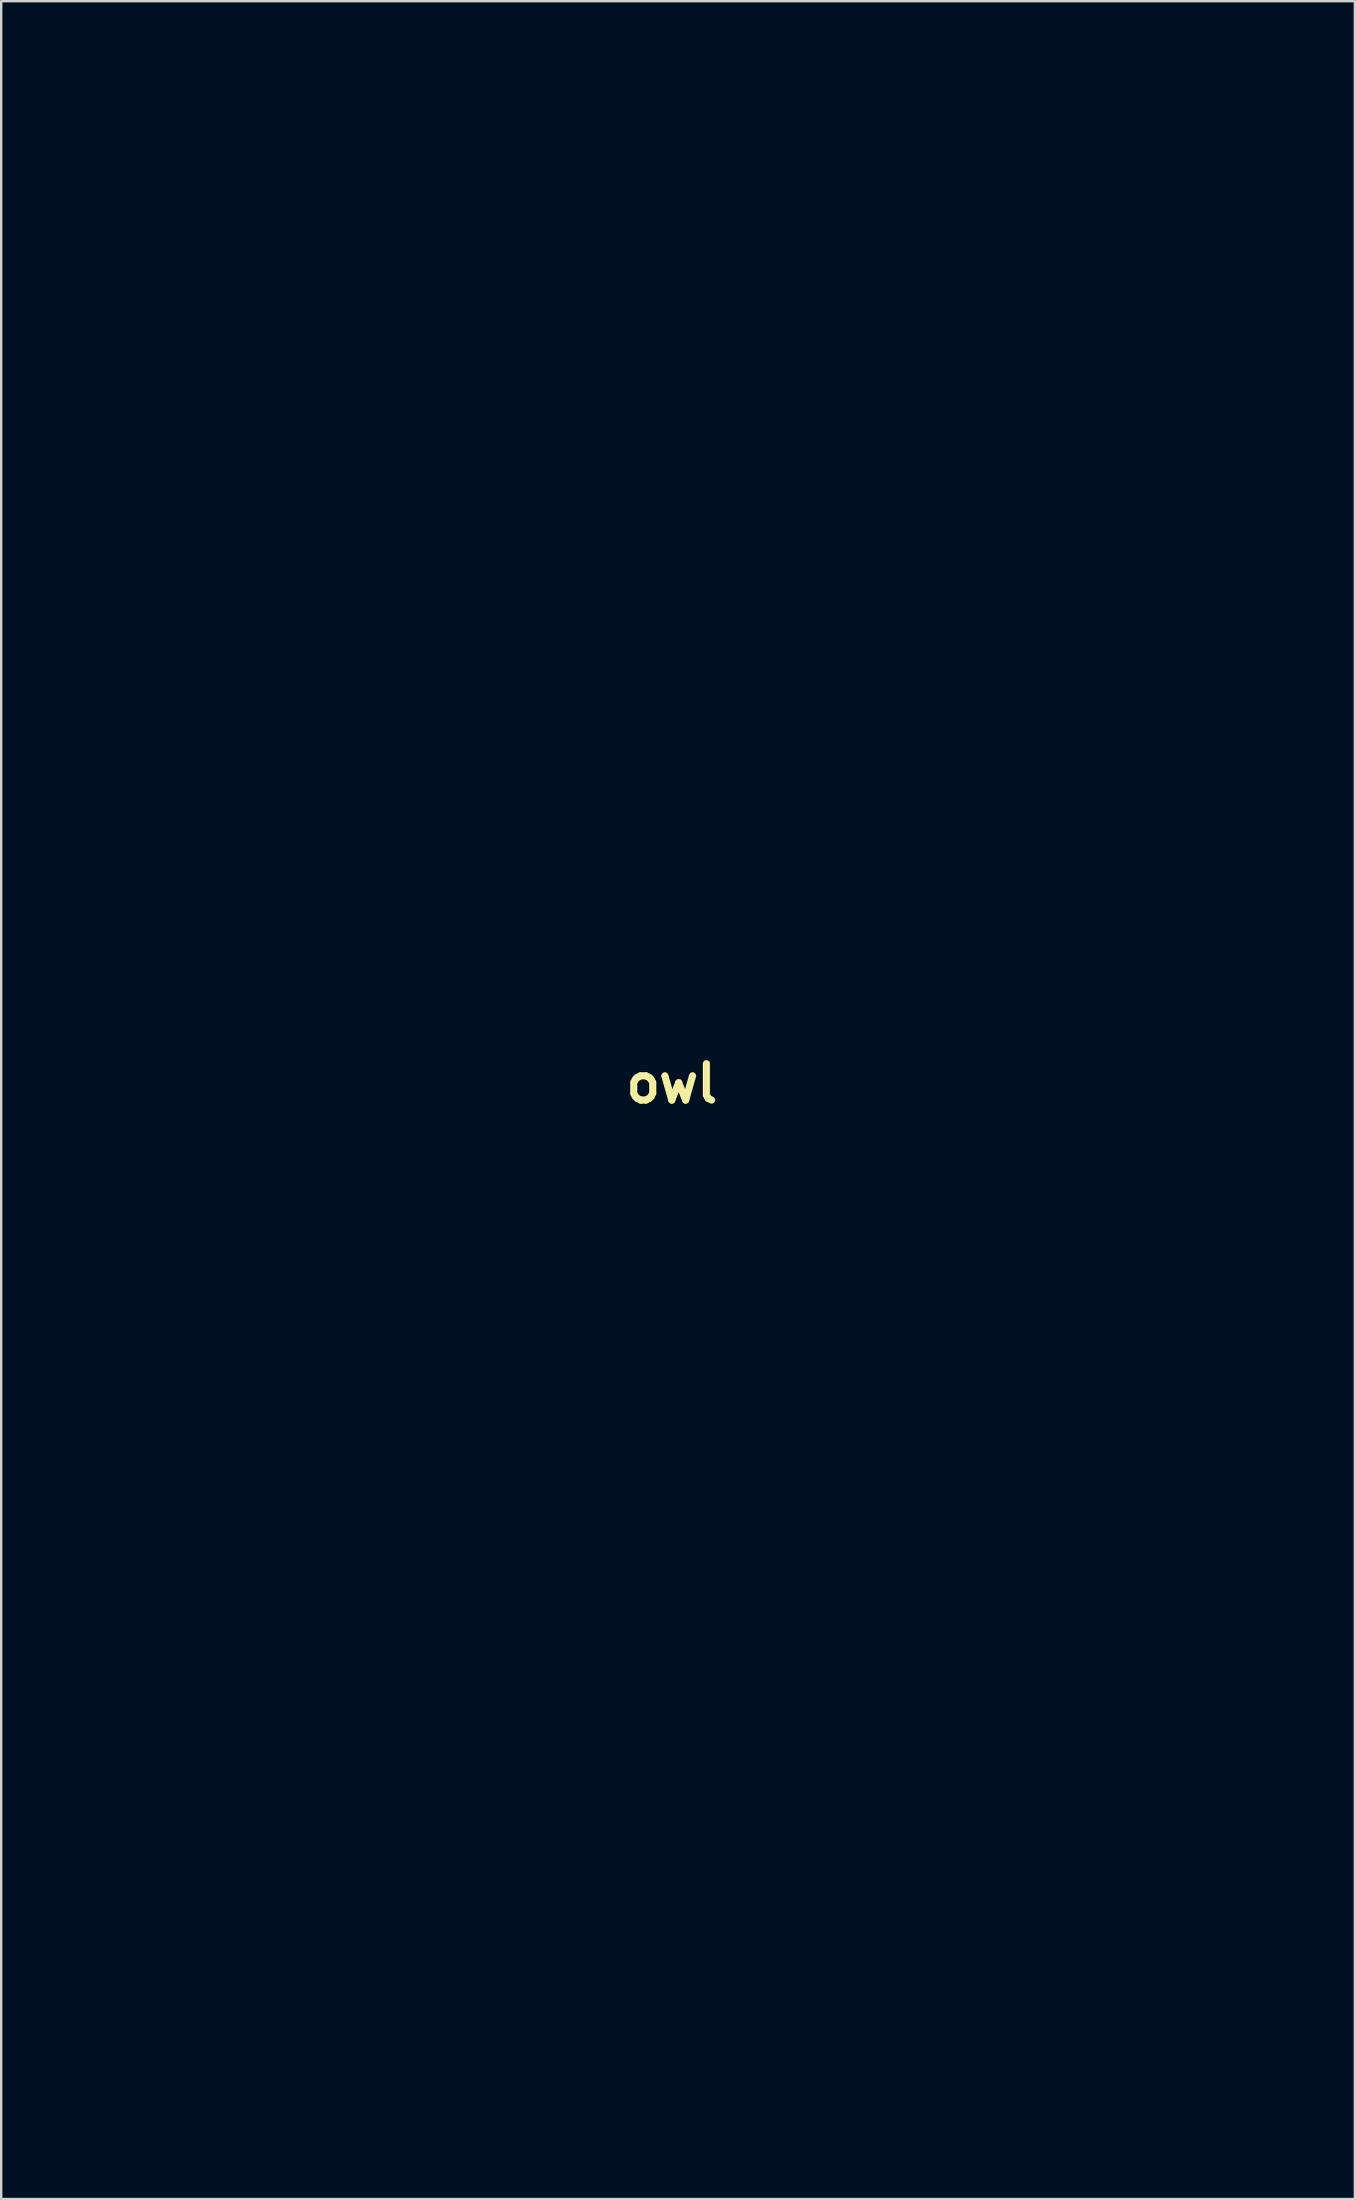
<source format=kicad_pcb>
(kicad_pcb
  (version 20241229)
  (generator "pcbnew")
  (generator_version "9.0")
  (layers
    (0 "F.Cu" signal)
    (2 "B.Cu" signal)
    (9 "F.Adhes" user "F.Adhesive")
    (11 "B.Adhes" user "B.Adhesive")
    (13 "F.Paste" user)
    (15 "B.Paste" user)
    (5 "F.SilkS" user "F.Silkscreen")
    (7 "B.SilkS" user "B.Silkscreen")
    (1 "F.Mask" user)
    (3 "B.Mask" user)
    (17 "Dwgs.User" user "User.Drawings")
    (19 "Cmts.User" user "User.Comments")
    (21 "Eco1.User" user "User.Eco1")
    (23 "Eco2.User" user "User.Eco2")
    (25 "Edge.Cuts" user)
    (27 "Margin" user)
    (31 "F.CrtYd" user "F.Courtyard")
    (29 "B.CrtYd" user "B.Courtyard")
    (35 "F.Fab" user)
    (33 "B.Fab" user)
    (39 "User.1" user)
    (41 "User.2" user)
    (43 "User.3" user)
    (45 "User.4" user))
  (footprint "owl"
    (layer "F.Cu")
    (at 25.15 42.433)
    (property "Reference" "owl" (at 0 0 0) (layer "F.SilkS") (effects (font (size 1.524 1.524) (thickness 0.3))))
    (attr through_hole)
    (fp_poly (pts (xy 25.624 10.75) (xy 25.617 10.789) (xy 25.58 10.997) (xy 25.535 11.32) (xy 25.478 11.782) (xy 25.408 12.406) (xy 25.322 13.218) (xy 25.216 14.241) (xy 25.089 15.5) (xy 24.97 16.699) (xy 24.795 18.447) (xy 24.63 20.072) (xy 24.479 21.542) (xy 24.345 22.825) (xy 24.231 23.892) (xy 24.142 24.698) (xy 24.064 25.386) (xy 23.98 26.121) (xy 23.919 26.663) (xy 23.875 26.967) (xy 23.804 27.27) (xy 23.689 27.608) (xy 23.514 28.018) (xy 23.263 28.536) (xy 22.918 29.2) (xy 22.463 30.045) (xy 22.059 30.787) (xy 21.571 31.672) (xy 21.111 32.491) (xy 20.701 33.206) (xy 20.364 33.781) (xy 20.119 34.179) (xy 20 34.349) (xy 19.844 34.513) (xy 19.691 34.593) (xy 19.498 34.573) (xy 19.222 34.435) (xy 18.821 34.165) (xy 18.251 33.745) (xy 18.067 33.607) (xy 17.601 33.268) (xy 17.212 33.006) (xy 16.959 32.859) (xy 16.904 32.84) (xy 16.836 32.972) (xy 16.739 33.341) (xy 16.62 33.907) (xy 16.489 34.63) (xy 16.364 35.399) (xy 16.18 36.568) (xy 15.988 37.742) (xy 15.798 38.861) (xy 15.62 39.868) (xy 15.464 40.704) (xy 15.359 41.222) (xy 15.192 41.487) (xy 14.995 41.538) (xy 14.76 41.516) (xy 14.315 41.456) (xy 13.715 41.367) (xy 13.009 41.257) (xy 12.249 41.134) (xy 11.487 41.007) (xy 10.775 40.885) (xy 10.164 40.776) (xy 9.705 40.689) (xy 9.451 40.631) (xy 9.418 40.618) (xy 9.396 40.501) (xy 9.629 40.459) (xy 10.101 40.493) (xy 10.479 40.549) (xy 11.758 40.758) (xy 12.785 40.922) (xy 13.586 41.044) (xy 14.183 41.126) (xy 14.602 41.173) (xy 14.868 41.187) (xy 15.005 41.172) (xy 15.03 41.157) (xy 15.1 40.969) (xy 15.199 40.529) (xy 15.324 39.866) (xy 15.468 39.007) (xy 15.627 37.979) (xy 15.661 37.749) (xy 15.726 37.355) (xy 15.787 37.061) (xy 15.79 37.048) (xy 15.854 36.758) (xy 15.916 36.416) (xy 15.965 36.116) (xy 16.049 35.609) (xy 16.155 34.967) (xy 16.272 34.265) (xy 16.381 33.603) (xy 16.471 33.048) (xy 16.533 32.655) (xy 16.559 32.479) (xy 16.559 32.476) (xy 16.669 32.416) (xy 16.904 32.429) (xy 17.125 32.498) (xy 17.187 32.551) (xy 17.357 32.718) (xy 17.691 32.975) (xy 18.128 33.28) (xy 18.606 33.595) (xy 19.063 33.878) (xy 19.439 34.091) (xy 19.671 34.192) (xy 19.708 34.194) (xy 19.822 34.057) (xy 20.046 33.712) (xy 20.358 33.197) (xy 20.734 32.551) (xy 21.151 31.812) (xy 21.216 31.696) (xy 21.841 30.567) (xy 22.348 29.653) (xy 22.748 28.918) (xy 23.057 28.33) (xy 23.287 27.856) (xy 23.452 27.461) (xy 23.567 27.113) (xy 23.643 26.777) (xy 23.696 26.421) (xy 23.738 26.011) (xy 23.783 25.513) (xy 23.799 25.341) (xy 23.884 24.485) (xy 23.974 23.595) (xy 24.06 22.775) (xy 24.13 22.127) (xy 24.133 22.102) (xy 24.197 21.522) (xy 24.278 20.759) (xy 24.377 19.796) (xy 24.496 18.619) (xy 24.637 17.212) (xy 24.802 15.561) (xy 24.991 13.649) (xy 25.043 13.121) (xy 25.121 12.349) (xy 25.195 11.671) (xy 25.258 11.138) (xy 25.304 10.802) (xy 25.322 10.715) (xy 25.282 10.559) (xy 25.149 10.181) (xy 24.937 9.62) (xy 24.663 8.913) (xy 24.34 8.098) (xy 23.984 7.211) (xy 23.611 6.292) (xy 23.235 5.377) (xy 22.871 4.503) (xy 22.535 3.71) (xy 22.242 3.033) (xy 22.11 2.736) (xy 21.993 2.466) (xy 21.794 1.989) (xy 21.534 1.362) (xy 21.236 0.638) (xy 21.037 0.151) (xy 20.694 -0.666) (xy 20.379 -1.349) (xy 20.058 -1.951) (xy 19.696 -2.527) (xy 19.257 -3.13) (xy 18.707 -3.815) (xy 18.012 -4.634) (xy 17.765 -4.921) (xy 17.41 -5.339) (xy 17.01 -5.824) (xy 16.84 -6.034) (xy 16.465 -6.496) (xy 16.077 -6.965) (xy 15.924 -7.148) (xy 15.346 -7.842) (xy 14.897 -8.41) (xy 14.595 -8.827) (xy 14.46 -9.069) (xy 14.454 -9.099) (xy 14.49 -9.214) (xy 14.603 -9.45) (xy 14.805 -9.824) (xy 15.105 -10.354) (xy 15.513 -11.057) (xy 16.04 -11.953) (xy 16.696 -13.057) (xy 17.233 -13.957) (xy 17.812 -14.948) (xy 18.23 -15.712) (xy 18.489 -16.251) (xy 18.589 -16.567) (xy 18.587 -16.624) (xy 18.566 -16.74) (xy 18.541 -16.929) (xy 18.512 -17.216) (xy 18.476 -17.627) (xy 18.43 -18.186) (xy 18.374 -18.919) (xy 18.305 -19.85) (xy 18.221 -21.004) (xy 18.12 -22.407) (xy 18.091 -22.804) (xy 18.03 -23.643) (xy 17.967 -24.269) (xy 17.877 -24.749) (xy 17.734 -25.149) (xy 17.512 -25.535) (xy 17.186 -25.975) (xy 16.728 -26.535) (xy 16.565 -26.733) (xy 16.143 -27.247) (xy 15.76 -27.719) (xy 15.47 -28.083) (xy 15.361 -28.223) (xy 15.164 -28.476) (xy 14.836 -28.887) (xy 14.424 -29.398) (xy 14.011 -29.907) (xy 13.497 -30.559) (xy 13.118 -31.108) (xy 12.816 -31.655) (xy 12.531 -32.3) (xy 12.349 -32.768) (xy 11.762 -34.311) (xy 12.049 -35.714) (xy 12.203 -36.462) (xy 12.388 -37.353) (xy 12.576 -38.255) (xy 12.689 -38.792) (xy 12.835 -39.498) (xy 12.925 -39.991) (xy 12.962 -40.332) (xy 12.948 -40.583) (xy 12.886 -40.805) (xy 12.785 -41.046) (xy 12.61 -41.389) (xy 12.411 -41.587) (xy 12.09 -41.711) (xy 11.772 -41.784) (xy 11.035 -41.937) (xy 10.514 -42.023) (xy 10.154 -42.033) (xy 9.898 -41.954) (xy 9.686 -41.777) (xy 9.463 -41.491) (xy 9.342 -41.321) (xy 8.988 -40.876) (xy 8.619 -40.496) (xy 8.36 -40.291) (xy 8.129 -40.154) (xy 7.693 -39.895) (xy 7.086 -39.533) (xy 6.344 -39.091) (xy 5.502 -38.59) (xy 4.595 -38.05) (xy 4.458 -37.968) (xy 3.449 -37.368) (xy 2.651 -36.899) (xy 2.034 -36.546) (xy 1.57 -36.293) (xy 1.228 -36.128) (xy 0.979 -36.036) (xy 0.794 -36.001) (xy 0.644 -36.011) (xy 0.529 -36.039) (xy 0.132 -36.142) (xy -0.401 -36.259) (xy -0.772 -36.331) (xy -1.365 -36.441) (xy -2.068 -36.575) (xy -2.646 -36.686) (xy -3.075 -36.766) (xy -3.419 -36.807) (xy -3.746 -36.804) (xy -4.125 -36.75) (xy -4.625 -36.639) (xy -5.317 -36.464) (xy -5.452 -36.429) (xy -6.29 -36.213) (xy -7.279 -35.958) (xy -8.3 -35.695) (xy -9.23 -35.455) (xy -9.278 -35.443) (xy -11.328 -34.915) (xy -11.968 -35.385) (xy -12.43 -35.72) (xy -12.884 -36.047) (xy -13.075 -36.182) (xy -13.345 -36.37) (xy -13.795 -36.686) (xy -14.376 -37.094) (xy -15.041 -37.56) (xy -15.555 -37.921) (xy -17.569 -39.335) (xy -18.669 -39.072) (xy -19.309 -38.896) (xy -19.711 -38.704) (xy -19.916 -38.451) (xy -19.965 -38.091) (xy -19.918 -37.679) (xy -19.848 -37.253) (xy -19.754 -36.675) (xy -19.658 -36.068) (xy -19.657 -36.065) (xy -19.537 -35.33) (xy -19.392 -34.488) (xy -19.235 -33.609) (xy -19.081 -32.766) (xy -18.94 -32.031) (xy -18.828 -31.476) (xy -18.797 -31.337) (xy -18.711 -30.811) (xy -18.672 -30.252) (xy -18.678 -29.745) (xy -18.732 -29.376) (xy -18.791 -29.252) (xy -18.887 -29.093) (xy -19.089 -28.72) (xy -19.378 -28.169) (xy -19.734 -27.476) (xy -20.139 -26.678) (xy -20.408 -26.143) (xy -20.948 -25.056) (xy -21.379 -24.16) (xy -21.723 -23.399) (xy -22.003 -22.714) (xy -22.242 -22.051) (xy -22.463 -21.351) (xy -22.687 -20.557) (xy -22.802 -20.131) (xy -22.966 -19.529) (xy -23.119 -18.996) (xy -23.237 -18.614) (xy -23.272 -18.515) (xy -23.333 -18.117) (xy -23.301 -17.554) (xy -23.278 -17.399) (xy -23.201 -16.911) (xy -23.1 -16.256) (xy -22.993 -15.544) (xy -22.946 -15.226) (xy -22.775 -14.061) (xy -22.637 -13.142) (xy -22.526 -12.436) (xy -22.434 -11.911) (xy -22.353 -11.535) (xy -22.277 -11.276) (xy -22.198 -11.102) (xy -22.108 -10.98) (xy -22 -10.879) (xy -21.936 -10.825) (xy -21.707 -10.621) (xy -21.315 -10.262) (xy -20.803 -9.788) (xy -20.212 -9.237) (xy -19.686 -8.743) (xy -19.066 -8.161) (xy -18.493 -7.629) (xy -18.007 -7.183) (xy -17.649 -6.862) (xy -17.476 -6.715) (xy -17.227 -6.462) (xy -17.121 -6.239) (xy -17.12 -6.235) (xy -17.192 -6.063) (xy -17.409 -5.681) (xy -17.773 -5.086) (xy -18.287 -4.274) (xy -18.951 -3.242) (xy -19.77 -1.987) (xy -20.744 -0.505) (xy -21.171 0.141) (xy -21.545 0.71) (xy -21.805 1.114) (xy -21.989 1.419) (xy -22.139 1.694) (xy -22.293 2.006) (xy -22.374 2.175) (xy -22.54 2.533) (xy -22.793 3.091) (xy -23.107 3.792) (xy -23.456 4.579) (xy -23.76 5.268) (xy -24.811 7.659) (xy -24.742 12.074) (xy -24.723 13.318) (xy -24.704 14.327) (xy -24.678 15.146) (xy -24.641 15.821) (xy -24.585 16.397) (xy -24.506 16.92) (xy -24.396 17.436) (xy -24.249 17.989) (xy -24.06 18.625) (xy -23.822 19.389) (xy -23.72 19.717) (xy -23.634 20.001) (xy -23.484 20.503) (xy -23.287 21.171) (xy -23.056 21.956) (xy -22.806 22.807) (xy -22.552 23.674) (xy -22.308 24.506) (xy -22.09 25.254) (xy -21.912 25.867) (xy -21.789 26.294) (xy -21.745 26.452) (xy -21.644 26.82) (xy -21.505 27.329) (xy -21.4 27.715) (xy -21.211 28.379) (xy -21.026 28.932) (xy -20.817 29.431) (xy -20.554 29.932) (xy -20.209 30.492) (xy -19.75 31.165) (xy -19.186 31.959) (xy -18.568 32.821) (xy -17.89 33.771) (xy -17.214 34.719) (xy -16.602 35.581) (xy -16.283 36.031) (xy -15.779 36.748) (xy -15.409 37.253) (xy -15.135 37.559) (xy -14.92 37.678) (xy -14.727 37.622) (xy -14.518 37.401) (xy -14.257 37.029) (xy -14.056 36.732) (xy -13.599 36.065) (xy -12.623 36.065) (xy -11.648 36.065) (xy -11.648 36.604) (xy -11.63 37.011) (xy -11.585 37.579) (xy -11.522 38.194) (xy -11.515 38.253) (xy -11.45 38.831) (xy -11.371 39.591) (xy -11.288 40.436) (xy -11.21 41.268) (xy -11.208 41.293) (xy -11.123 42.136) (xy -11.043 42.723) (xy -10.961 43.08) (xy -10.874 43.231) (xy -10.85 43.24) (xy -10.602 43.274) (xy -10.56 43.283) (xy -10.371 43.317) (xy -10.002 43.376) (xy -9.727 43.418) (xy -9.463 43.448) (xy -9.199 43.449) (xy -8.893 43.41) (xy -8.5 43.323) (xy -7.979 43.176) (xy -7.286 42.96) (xy -6.378 42.664) (xy -6.19 42.602) (xy -5.229 42.287) (xy -4.501 42.049) (xy -3.976 41.881) (xy -3.619 41.774) (xy -3.398 41.719) (xy -3.281 41.706) (xy -3.235 41.728) (xy -3.227 41.776) (xy -3.228 41.8) (xy -3.249 41.854) (xy -3.332 41.918) (xy -3.508 42.003) (xy -3.806 42.12) (xy -4.256 42.281) (xy -4.889 42.498) (xy -5.734 42.781) (xy -6.596 43.066) (xy -7.348 43.309) (xy -8.024 43.514) (xy -8.571 43.667) (xy -8.937 43.753) (xy -9.051 43.766) (xy -9.326 43.738) (xy -9.783 43.684) (xy -10.325 43.614) (xy -10.349 43.611) (xy -11.367 43.476) (xy -11.367 42.95) (xy -11.384 42.551) (xy -11.429 41.988) (xy -11.492 41.377) (xy -11.499 41.315) (xy -11.564 40.737) (xy -11.643 39.977) (xy -11.726 39.132) (xy -11.804 38.3) (xy -11.806 38.275) (xy -11.98 36.346) (xy -12.691 36.347) (xy -13.402 36.349) (xy -14.103 37.321) (xy -14.437 37.763) (xy -14.721 38.1) (xy -14.909 38.28) (xy -14.945 38.296) (xy -15.065 38.187) (xy -15.316 37.88) (xy -15.674 37.412) (xy -16.111 36.816) (xy -16.601 36.127) (xy -16.699 35.986) (xy -17.314 35.11) (xy -17.989 34.153) (xy -18.665 33.201) (xy -19.283 32.336) (xy -19.656 31.818) (xy -20.008 31.332) (xy -20.302 30.919) (xy -20.551 30.546) (xy -20.767 30.182) (xy -20.963 29.797) (xy -21.152 29.359) (xy -21.344 28.837) (xy -21.554 28.201) (xy -21.793 27.418) (xy -22.073 26.458) (xy -22.407 25.29) (xy -22.795 23.927) (xy -22.924 23.482) (xy -23.104 22.868) (xy -23.307 22.185) (xy -23.415 21.822) (xy -23.619 21.134) (xy -23.868 20.282) (xy -24.131 19.37) (xy -24.378 18.505) (xy -24.392 18.454) (xy -24.949 16.489) (xy -25.024 12.022) (xy -25.1 7.554) (xy -24.006 5.075) (xy -23.529 3.997) (xy -23.148 3.141) (xy -22.845 2.474) (xy -22.604 1.959) (xy -22.41 1.564) (xy -22.246 1.253) (xy -22.094 0.991) (xy -22.003 0.842) (xy -21.806 0.534) (xy -21.49 0.046) (xy -21.082 -0.581) (xy -20.609 -1.307) (xy -20.096 -2.091) (xy -19.571 -2.893) (xy -19.06 -3.673) (xy -18.588 -4.391) (xy -18.183 -5.005) (xy -17.872 -5.476) (xy -17.679 -5.762) (xy -17.651 -5.804) (xy -17.477 -6.097) (xy -17.476 -6.278) (xy -17.561 -6.38) (xy -17.749 -6.551) (xy -18.085 -6.854) (xy -18.507 -7.233) (xy -18.664 -7.375) (xy -19.114 -7.784) (xy -19.698 -8.322) (xy -20.344 -8.925) (xy -20.983 -9.526) (xy -21.089 -9.626) (xy -22.602 -11.059) (xy -22.886 -12.932) (xy -23.062 -14.097) (xy -23.206 -15.036) (xy -23.325 -15.8) (xy -23.426 -16.439) (xy -23.518 -17.006) (xy -23.565 -17.29) (xy -23.601 -17.59) (xy -23.602 -17.916) (xy -23.562 -18.303) (xy -23.474 -18.784) (xy -23.33 -19.392) (xy -23.124 -20.161) (xy -22.846 -21.125) (xy -22.492 -22.318) (xy -22.43 -22.523) (xy -22.322 -22.799) (xy -22.107 -23.284) (xy -21.803 -23.941) (xy -21.429 -24.728) (xy -21.003 -25.606) (xy -20.586 -26.449) (xy -20.079 -27.466) (xy -19.682 -28.271) (xy -19.386 -28.905) (xy -19.179 -29.412) (xy -19.051 -29.833) (xy -18.993 -30.208) (xy -18.995 -30.581) (xy -19.045 -30.993) (xy -19.134 -31.485) (xy -19.233 -31.996) (xy -19.327 -32.516) (xy -19.444 -33.182) (xy -19.559 -33.862) (xy -19.576 -33.96) (xy -19.691 -34.645) (xy -19.812 -35.35) (xy -19.915 -35.935) (xy -19.926 -35.995) (xy -20.085 -36.871) (xy -20.196 -37.515) (xy -20.263 -37.975) (xy -20.286 -38.294) (xy -20.267 -38.519) (xy -20.21 -38.694) (xy -20.115 -38.866) (xy -20.054 -38.963) (xy -19.817 -39.271) (xy -19.644 -39.338) (xy -19.618 -39.32) (xy -19.386 -39.27) (xy -18.951 -39.349) (xy -18.841 -39.38) (xy -18.447 -39.49) (xy -18.112 -39.548) (xy -17.793 -39.537) (xy -17.451 -39.441) (xy -17.043 -39.246) (xy -16.529 -38.934) (xy -15.868 -38.49) (xy -15.056 -37.925) (xy -14.284 -37.388) (xy -13.537 -36.87) (xy -12.865 -36.408) (xy -12.318 -36.035) (xy -11.946 -35.787) (xy -11.928 -35.776) (xy -11.156 -35.274) (xy -7.477 -36.209) (xy -6.321 -36.5) (xy -5.402 -36.723) (xy -4.687 -36.884) (xy -4.142 -36.991) (xy -3.734 -37.049) (xy -3.43 -37.065) (xy -3.197 -37.046) (xy -2.818 -36.98) (xy -2.245 -36.877) (xy -1.558 -36.75) (xy -0.912 -36.629) (xy -0.25 -36.505) (xy 0.316 -36.403) (xy 0.726 -36.332) (xy 0.921 -36.304) (xy 0.923 -36.304) (xy 1.076 -36.373) (xy 1.439 -36.569) (xy 1.983 -36.876) (xy 2.676 -37.276) (xy 3.489 -37.753) (xy 4.391 -38.288) (xy 4.877 -38.578) (xy 5.946 -39.22) (xy 6.801 -39.74) (xy 7.472 -40.157) (xy 7.987 -40.492) (xy 8.374 -40.765) (xy 8.661 -40.995) (xy 8.879 -41.204) (xy 9.054 -41.41) (xy 9.206 -41.62) (xy 9.732 -42.383) (xy 10.444 -42.292) (xy 11.008 -42.209) (xy 11.654 -42.098) (xy 11.981 -42.036) (xy 12.442 -41.934) (xy 12.714 -41.817) (xy 12.883 -41.616) (xy 13.036 -41.264) (xy 13.067 -41.181) (xy 13.172 -40.894) (xy 13.234 -40.65) (xy 13.252 -40.389) (xy 13.223 -40.051) (xy 13.146 -39.575) (xy 13.017 -38.901) (xy 12.97 -38.663) (xy 12.826 -37.942) (xy 12.69 -37.286) (xy 12.577 -36.762) (xy 12.502 -36.438) (xy 12.496 -36.416) (xy 12.271 -35.529) (xy 12.144 -34.869) (xy 12.11 -34.403) (xy 12.164 -34.097) (xy 12.179 -34.064) (xy 12.297 -33.787) (xy 12.472 -33.33) (xy 12.671 -32.78) (xy 12.724 -32.627) (xy 12.869 -32.234) (xy 13.029 -31.874) (xy 13.231 -31.509) (xy 13.503 -31.096) (xy 13.87 -30.595) (xy 14.361 -29.966) (xy 15.002 -29.166) (xy 15.081 -29.068) (xy 15.914 -28.035) (xy 16.587 -27.197) (xy 17.117 -26.528) (xy 17.52 -26.004) (xy 17.815 -25.603) (xy 18.017 -25.3) (xy 18.144 -25.072) (xy 18.214 -24.894) (xy 18.242 -24.742) (xy 18.247 -24.639) (xy 18.26 -24.333) (xy 18.291 -23.819) (xy 18.337 -23.169) (xy 18.391 -22.454) (xy 18.391 -22.453) (xy 18.451 -21.656) (xy 18.517 -20.687) (xy 18.584 -19.653) (xy 18.644 -18.662) (xy 18.659 -18.397) (xy 18.708 -17.521) (xy 18.732 -16.862) (xy 18.716 -16.354) (xy 18.645 -15.932) (xy 18.504 -15.534) (xy 18.278 -15.093) (xy 17.953 -14.546) (xy 17.651 -14.055) (xy 17.376 -13.601) (xy 17.001 -12.974) (xy 16.566 -12.242) (xy 16.112 -11.473) (xy 15.899 -11.111) (xy 14.72 -9.1) (xy 15.535 -8.108) (xy 15.979 -7.566) (xy 16.519 -6.906) (xy 17.074 -6.227) (xy 17.401 -5.827) (xy 17.877 -5.245) (xy 18.345 -4.674) (xy 18.743 -4.189) (xy 18.967 -3.918) (xy 19.374 -3.426) (xy 19.812 -2.897) (xy 19.985 -2.688) (xy 20.261 -2.334) (xy 20.444 -2.06) (xy 20.488 -1.956) (xy 20.543 -1.77) (xy 20.683 -1.417) (xy 20.826 -1.092) (xy 20.938 -0.842) (xy 21.084 -0.508) (xy 21.271 -0.07) (xy 21.509 0.493) (xy 21.806 1.201) (xy 22.17 2.074) (xy 22.611 3.133) (xy 23.136 4.398) (xy 23.754 5.89) (xy 24.192 6.946) (xy 24.52 7.735) (xy 24.833 8.479) (xy 25.107 9.121) (xy 25.316 9.601) (xy 25.408 9.807) (xy 25.589 10.325) (xy 25.624 10.75)) (stroke (width 0.1) (type solid)) (fill no) (layer "Eco2.User")))
  (gr_rect
    (start -3 -3)
    (end 53.824 89.249)
    (stroke (width 0.1) (type default))
    (fill no)
    (layer "Edge.Cuts")))
</source>
